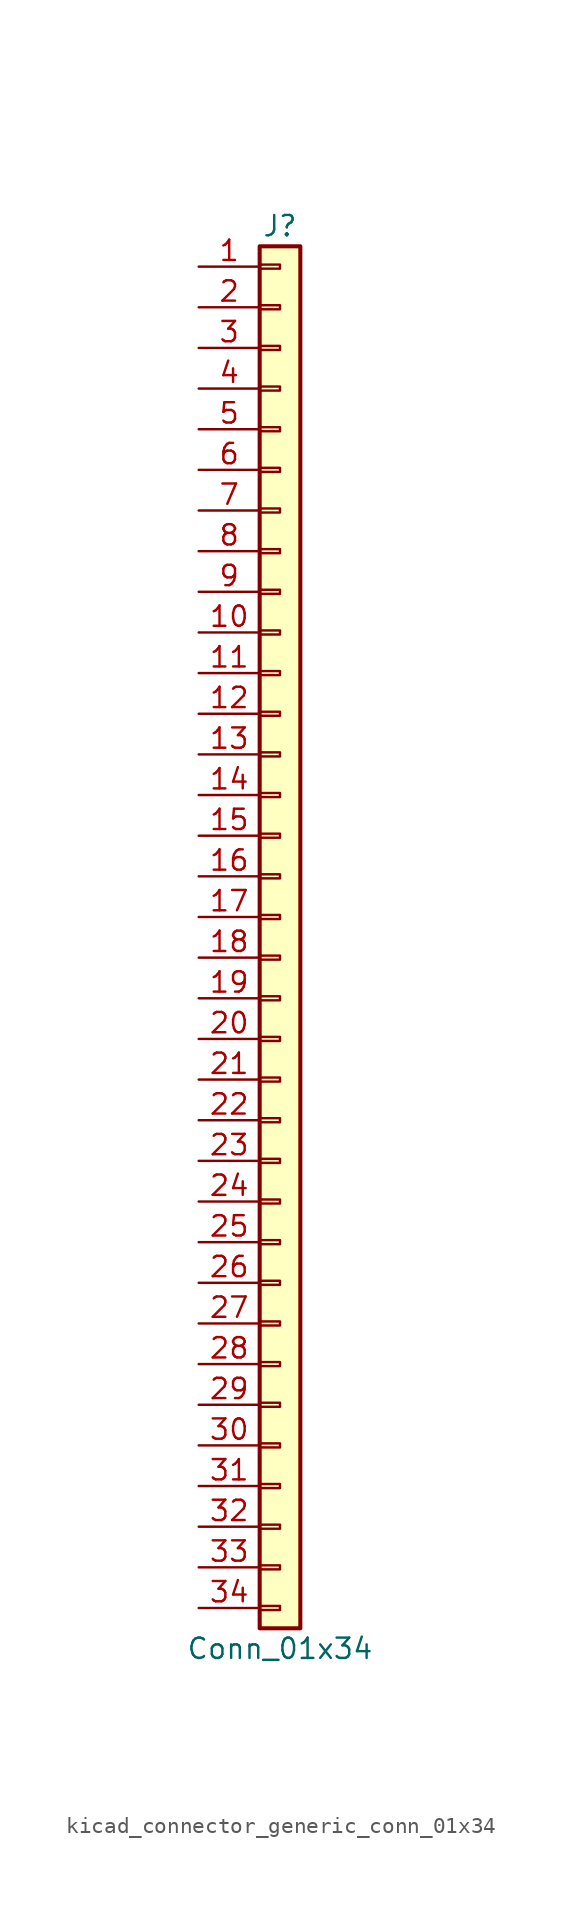
<source format=kicad_sym>
(kicad_symbol_lib
  (version 20220914)
  (generator kicad_symbol_editor)
  (symbol "kicad_connector_generic_conn_01x34"
    (pin_names
      (offset 1.016) hide)
    (property "Reference" "J"
      (at 0 43.18 0)
      (effects (font (size 1.27 1.27))))
    (property "Value" "Conn_01x34"
      (at 0 -45.72 0)
      (effects (font (size 1.27 1.27))))
    (symbol "kicad_connector_generic_conn_01x34_1_1"
      (rectangle (start -1.27 -43.053) (end 0 -43.307) (stroke (width 0.152) (type default)) (fill (type none)))
      (rectangle (start -1.27 -40.513) (end 0 -40.767) (stroke (width 0.152) (type default)) (fill (type none)))
      (rectangle (start -1.27 -37.973) (end 0 -38.227) (stroke (width 0.152) (type default)) (fill (type none)))
      (rectangle (start -1.27 -35.433) (end 0 -35.687) (stroke (width 0.152) (type default)) (fill (type none)))
      (rectangle (start -1.27 -32.893) (end 0 -33.147) (stroke (width 0.152) (type default)) (fill (type none)))
      (rectangle (start -1.27 -30.353) (end 0 -30.607) (stroke (width 0.152) (type default)) (fill (type none)))
      (rectangle (start -1.27 -27.813) (end 0 -28.067) (stroke (width 0.152) (type default)) (fill (type none)))
      (rectangle (start -1.27 -25.273) (end 0 -25.527) (stroke (width 0.152) (type default)) (fill (type none)))
      (rectangle (start -1.27 -22.733) (end 0 -22.987) (stroke (width 0.152) (type default)) (fill (type none)))
      (rectangle (start -1.27 -20.193) (end 0 -20.447) (stroke (width 0.152) (type default)) (fill (type none)))
      (rectangle (start -1.27 -17.653) (end 0 -17.907) (stroke (width 0.152) (type default)) (fill (type none)))
      (rectangle (start -1.27 -15.113) (end 0 -15.367) (stroke (width 0.152) (type default)) (fill (type none)))
      (rectangle (start -1.27 -12.573) (end 0 -12.827) (stroke (width 0.152) (type default)) (fill (type none)))
      (rectangle (start -1.27 -10.033) (end 0 -10.287) (stroke (width 0.152) (type default)) (fill (type none)))
      (rectangle (start -1.27 -7.493) (end 0 -7.747) (stroke (width 0.152) (type default)) (fill (type none)))
      (rectangle (start -1.27 -4.953) (end 0 -5.207) (stroke (width 0.152) (type default)) (fill (type none)))
      (rectangle (start -1.27 -2.413) (end 0 -2.667) (stroke (width 0.152) (type default)) (fill (type none)))
      (rectangle (start -1.27 0.127) (end 0 -0.127) (stroke (width 0.152) (type default)) (fill (type none)))
      (rectangle (start -1.27 2.667) (end 0 2.413) (stroke (width 0.152) (type default)) (fill (type none)))
      (rectangle (start -1.27 5.207) (end 0 4.953) (stroke (width 0.152) (type default)) (fill (type none)))
      (rectangle (start -1.27 7.747) (end 0 7.493) (stroke (width 0.152) (type default)) (fill (type none)))
      (rectangle (start -1.27 10.287) (end 0 10.033) (stroke (width 0.152) (type default)) (fill (type none)))
      (rectangle (start -1.27 12.827) (end 0 12.573) (stroke (width 0.152) (type default)) (fill (type none)))
      (rectangle (start -1.27 15.367) (end 0 15.113) (stroke (width 0.152) (type default)) (fill (type none)))
      (rectangle (start -1.27 17.907) (end 0 17.653) (stroke (width 0.152) (type default)) (fill (type none)))
      (rectangle (start -1.27 20.447) (end 0 20.193) (stroke (width 0.152) (type default)) (fill (type none)))
      (rectangle (start -1.27 22.987) (end 0 22.733) (stroke (width 0.152) (type default)) (fill (type none)))
      (rectangle (start -1.27 25.527) (end 0 25.273) (stroke (width 0.152) (type default)) (fill (type none)))
      (rectangle (start -1.27 28.067) (end 0 27.813) (stroke (width 0.152) (type default)) (fill (type none)))
      (rectangle (start -1.27 30.607) (end 0 30.353) (stroke (width 0.152) (type default)) (fill (type none)))
      (rectangle (start -1.27 33.147) (end 0 32.893) (stroke (width 0.152) (type default)) (fill (type none)))
      (rectangle (start -1.27 35.687) (end 0 35.433) (stroke (width 0.152) (type default)) (fill (type none)))
      (rectangle (start -1.27 38.227) (end 0 37.973) (stroke (width 0.152) (type default)) (fill (type none)))
      (rectangle (start -1.27 40.767) (end 0 40.513) (stroke (width 0.152) (type default)) (fill (type none)))
      (rectangle (start -1.27 41.91) (end 1.27 -44.45) (stroke (width 0.254) (type default)) (fill (type background)))
      (pin passive line (at -5.08 40.64 0) (length 3.81) (name "Pin_1" (effects (font (size 1.27 1.27)))) (number "1" (effects (font (size 1.27 1.27)))))
      (pin passive line (at -5.08 17.78 0) (length 3.81) (name "Pin_10" (effects (font (size 1.27 1.27)))) (number "10" (effects (font (size 1.27 1.27)))))
      (pin passive line (at -5.08 15.24 0) (length 3.81) (name "Pin_11" (effects (font (size 1.27 1.27)))) (number "11" (effects (font (size 1.27 1.27)))))
      (pin passive line (at -5.08 12.7 0) (length 3.81) (name "Pin_12" (effects (font (size 1.27 1.27)))) (number "12" (effects (font (size 1.27 1.27)))))
      (pin passive line (at -5.08 10.16 0) (length 3.81) (name "Pin_13" (effects (font (size 1.27 1.27)))) (number "13" (effects (font (size 1.27 1.27)))))
      (pin passive line (at -5.08 7.62 0) (length 3.81) (name "Pin_14" (effects (font (size 1.27 1.27)))) (number "14" (effects (font (size 1.27 1.27)))))
      (pin passive line (at -5.08 5.08 0) (length 3.81) (name "Pin_15" (effects (font (size 1.27 1.27)))) (number "15" (effects (font (size 1.27 1.27)))))
      (pin passive line (at -5.08 2.54 0) (length 3.81) (name "Pin_16" (effects (font (size 1.27 1.27)))) (number "16" (effects (font (size 1.27 1.27)))))
      (pin passive line (at -5.08 0 0) (length 3.81) (name "Pin_17" (effects (font (size 1.27 1.27)))) (number "17" (effects (font (size 1.27 1.27)))))
      (pin passive line (at -5.08 -2.54 0) (length 3.81) (name "Pin_18" (effects (font (size 1.27 1.27)))) (number "18" (effects (font (size 1.27 1.27)))))
      (pin passive line (at -5.08 -5.08 0) (length 3.81) (name "Pin_19" (effects (font (size 1.27 1.27)))) (number "19" (effects (font (size 1.27 1.27)))))
      (pin passive line (at -5.08 38.1 0) (length 3.81) (name "Pin_2" (effects (font (size 1.27 1.27)))) (number "2" (effects (font (size 1.27 1.27)))))
      (pin passive line (at -5.08 -7.62 0) (length 3.81) (name "Pin_20" (effects (font (size 1.27 1.27)))) (number "20" (effects (font (size 1.27 1.27)))))
      (pin passive line (at -5.08 -10.16 0) (length 3.81) (name "Pin_21" (effects (font (size 1.27 1.27)))) (number "21" (effects (font (size 1.27 1.27)))))
      (pin passive line (at -5.08 -12.7 0) (length 3.81) (name "Pin_22" (effects (font (size 1.27 1.27)))) (number "22" (effects (font (size 1.27 1.27)))))
      (pin passive line (at -5.08 -15.24 0) (length 3.81) (name "Pin_23" (effects (font (size 1.27 1.27)))) (number "23" (effects (font (size 1.27 1.27)))))
      (pin passive line (at -5.08 -17.78 0) (length 3.81) (name "Pin_24" (effects (font (size 1.27 1.27)))) (number "24" (effects (font (size 1.27 1.27)))))
      (pin passive line (at -5.08 -20.32 0) (length 3.81) (name "Pin_25" (effects (font (size 1.27 1.27)))) (number "25" (effects (font (size 1.27 1.27)))))
      (pin passive line (at -5.08 -22.86 0) (length 3.81) (name "Pin_26" (effects (font (size 1.27 1.27)))) (number "26" (effects (font (size 1.27 1.27)))))
      (pin passive line (at -5.08 -25.4 0) (length 3.81) (name "Pin_27" (effects (font (size 1.27 1.27)))) (number "27" (effects (font (size 1.27 1.27)))))
      (pin passive line (at -5.08 -27.94 0) (length 3.81) (name "Pin_28" (effects (font (size 1.27 1.27)))) (number "28" (effects (font (size 1.27 1.27)))))
      (pin passive line (at -5.08 -30.48 0) (length 3.81) (name "Pin_29" (effects (font (size 1.27 1.27)))) (number "29" (effects (font (size 1.27 1.27)))))
      (pin passive line (at -5.08 35.56 0) (length 3.81) (name "Pin_3" (effects (font (size 1.27 1.27)))) (number "3" (effects (font (size 1.27 1.27)))))
      (pin passive line (at -5.08 -33.02 0) (length 3.81) (name "Pin_30" (effects (font (size 1.27 1.27)))) (number "30" (effects (font (size 1.27 1.27)))))
      (pin passive line (at -5.08 -35.56 0) (length 3.81) (name "Pin_31" (effects (font (size 1.27 1.27)))) (number "31" (effects (font (size 1.27 1.27)))))
      (pin passive line (at -5.08 -38.1 0) (length 3.81) (name "Pin_32" (effects (font (size 1.27 1.27)))) (number "32" (effects (font (size 1.27 1.27)))))
      (pin passive line (at -5.08 -40.64 0) (length 3.81) (name "Pin_33" (effects (font (size 1.27 1.27)))) (number "33" (effects (font (size 1.27 1.27)))))
      (pin passive line (at -5.08 -43.18 0) (length 3.81) (name "Pin_34" (effects (font (size 1.27 1.27)))) (number "34" (effects (font (size 1.27 1.27)))))
      (pin passive line (at -5.08 33.02 0) (length 3.81) (name "Pin_4" (effects (font (size 1.27 1.27)))) (number "4" (effects (font (size 1.27 1.27)))))
      (pin passive line (at -5.08 30.48 0) (length 3.81) (name "Pin_5" (effects (font (size 1.27 1.27)))) (number "5" (effects (font (size 1.27 1.27)))))
      (pin passive line (at -5.08 27.94 0) (length 3.81) (name "Pin_6" (effects (font (size 1.27 1.27)))) (number "6" (effects (font (size 1.27 1.27)))))
      (pin passive line (at -5.08 25.4 0) (length 3.81) (name "Pin_7" (effects (font (size 1.27 1.27)))) (number "7" (effects (font (size 1.27 1.27)))))
      (pin passive line (at -5.08 22.86 0) (length 3.81) (name "Pin_8" (effects (font (size 1.27 1.27)))) (number "8" (effects (font (size 1.27 1.27)))))
      (pin passive line (at -5.08 20.32 0) (length 3.81) (name "Pin_9" (effects (font (size 1.27 1.27)))) (number "9" (effects (font (size 1.27 1.27))))))))
</source>
